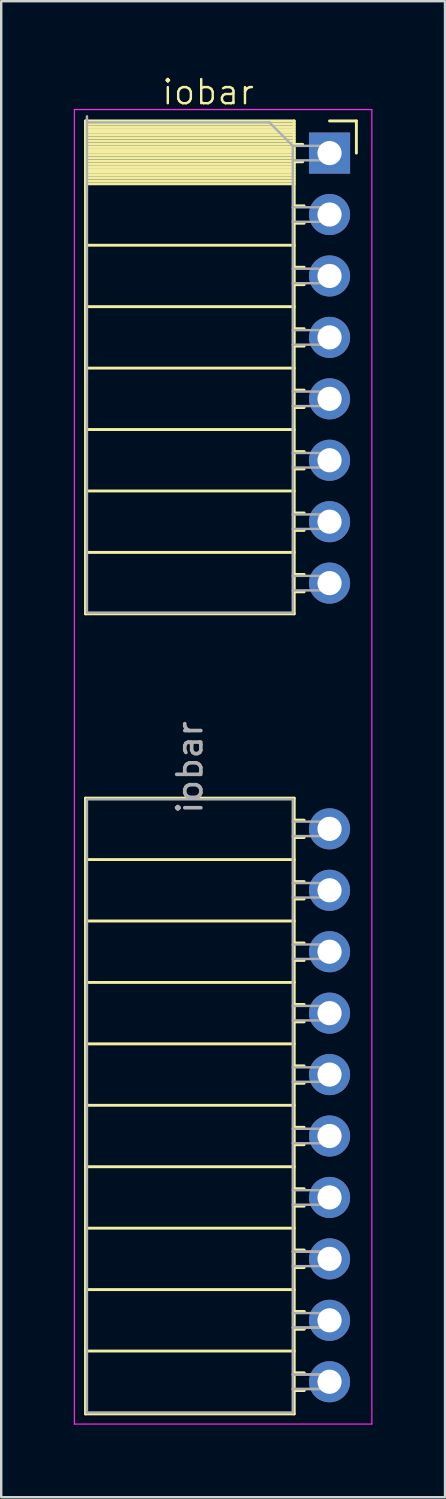
<source format=kicad_pcb>
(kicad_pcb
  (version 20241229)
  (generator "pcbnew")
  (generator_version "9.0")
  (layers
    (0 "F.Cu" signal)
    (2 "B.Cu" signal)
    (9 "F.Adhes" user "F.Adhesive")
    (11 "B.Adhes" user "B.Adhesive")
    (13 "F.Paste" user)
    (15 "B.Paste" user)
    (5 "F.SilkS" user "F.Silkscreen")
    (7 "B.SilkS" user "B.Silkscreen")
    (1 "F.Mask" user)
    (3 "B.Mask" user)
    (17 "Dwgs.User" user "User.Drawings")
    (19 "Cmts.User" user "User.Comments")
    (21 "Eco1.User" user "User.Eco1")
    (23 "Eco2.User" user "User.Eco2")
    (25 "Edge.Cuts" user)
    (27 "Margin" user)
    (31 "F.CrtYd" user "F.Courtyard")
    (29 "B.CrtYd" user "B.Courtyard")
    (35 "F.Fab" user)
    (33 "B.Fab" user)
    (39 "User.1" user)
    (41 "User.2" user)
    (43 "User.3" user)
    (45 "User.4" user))
  (footprint "iobar"
    (layer "F.Cu")
    (at 10.555 3.26)
    (property "Reference" "iobar" (at -5 -2.5 0) (unlocked yes) (layer "F.SilkS") (effects (font (size 1 1) (thickness 0.1))))
    (attr through_hole)
    (fp_line (start -10.07 -1.31) (end -10.07 19.07) (stroke (width 0.12) (type solid)) (layer "F.SilkS"))
    (fp_line (start -10.07 -1.31) (end -1.44 -1.31) (stroke (width 0.12) (type solid)) (layer "F.SilkS"))
    (fp_line (start -10.07 -1.19) (end -1.44 -1.19) (stroke (width 0.12) (type solid)) (layer "F.SilkS"))
    (fp_line (start -10.07 -1.072) (end -1.44 -1.072) (stroke (width 0.12) (type solid)) (layer "F.SilkS"))
    (fp_line (start -10.07 -0.954) (end -1.44 -0.954) (stroke (width 0.12) (type solid)) (layer "F.SilkS"))
    (fp_line (start -10.07 -0.836) (end -1.44 -0.836) (stroke (width 0.12) (type solid)) (layer "F.SilkS"))
    (fp_line (start -10.07 -0.718) (end -1.44 -0.718) (stroke (width 0.12) (type solid)) (layer "F.SilkS"))
    (fp_line (start -10.07 -0.6) (end -1.44 -0.6) (stroke (width 0.12) (type solid)) (layer "F.SilkS"))
    (fp_line (start -10.07 -0.481) (end -1.44 -0.481) (stroke (width 0.12) (type solid)) (layer "F.SilkS"))
    (fp_line (start -10.07 -0.363) (end -1.44 -0.363) (stroke (width 0.12) (type solid)) (layer "F.SilkS"))
    (fp_line (start -10.07 -0.245) (end -1.44 -0.245) (stroke (width 0.12) (type solid)) (layer "F.SilkS"))
    (fp_line (start -10.07 -0.127) (end -1.44 -0.127) (stroke (width 0.12) (type solid)) (layer "F.SilkS"))
    (fp_line (start -10.07 -0.009) (end -1.44 -0.009) (stroke (width 0.12) (type solid)) (layer "F.SilkS"))
    (fp_line (start -10.07 0.109) (end -1.44 0.109) (stroke (width 0.12) (type solid)) (layer "F.SilkS"))
    (fp_line (start -10.07 0.227) (end -1.44 0.227) (stroke (width 0.12) (type solid)) (layer "F.SilkS"))
    (fp_line (start -10.07 0.345) (end -1.44 0.345) (stroke (width 0.12) (type solid)) (layer "F.SilkS"))
    (fp_line (start -10.07 0.463) (end -1.44 0.463) (stroke (width 0.12) (type solid)) (layer "F.SilkS"))
    (fp_line (start -10.07 0.581) (end -1.44 0.581) (stroke (width 0.12) (type solid)) (layer "F.SilkS"))
    (fp_line (start -10.07 0.7) (end -1.44 0.7) (stroke (width 0.12) (type solid)) (layer "F.SilkS"))
    (fp_line (start -10.07 0.818) (end -1.44 0.818) (stroke (width 0.12) (type solid)) (layer "F.SilkS"))
    (fp_line (start -10.07 0.936) (end -1.44 0.936) (stroke (width 0.12) (type solid)) (layer "F.SilkS"))
    (fp_line (start -10.07 1.054) (end -1.44 1.054) (stroke (width 0.12) (type solid)) (layer "F.SilkS"))
    (fp_line (start -10.07 1.172) (end -1.44 1.172) (stroke (width 0.12) (type solid)) (layer "F.SilkS"))
    (fp_line (start -10.07 1.29) (end -1.44 1.29) (stroke (width 0.12) (type solid)) (layer "F.SilkS"))
    (fp_line (start -10.07 3.83) (end -1.44 3.83) (stroke (width 0.12) (type solid)) (layer "F.SilkS"))
    (fp_line (start -10.07 6.37) (end -1.44 6.37) (stroke (width 0.12) (type solid)) (layer "F.SilkS"))
    (fp_line (start -10.07 8.91) (end -1.44 8.91) (stroke (width 0.12) (type solid)) (layer "F.SilkS"))
    (fp_line (start -10.07 11.45) (end -1.44 11.45) (stroke (width 0.12) (type solid)) (layer "F.SilkS"))
    (fp_line (start -10.07 13.99) (end -1.44 13.99) (stroke (width 0.12) (type solid)) (layer "F.SilkS"))
    (fp_line (start -10.07 16.53) (end -1.44 16.53) (stroke (width 0.12) (type solid)) (layer "F.SilkS"))
    (fp_line (start -10.07 19.07) (end -1.44 19.07) (stroke (width 0.12) (type solid)) (layer "F.SilkS"))
    (fp_line (start -10.07 26.69) (end -1.44 26.69) (stroke (width 0.12) (type solid)) (layer "F.SilkS"))
    (fp_line (start -10.07 29.23) (end -1.44 29.23) (stroke (width 0.12) (type solid)) (layer "F.SilkS"))
    (fp_line (start -10.07 31.77) (end -1.44 31.77) (stroke (width 0.12) (type solid)) (layer "F.SilkS"))
    (fp_line (start -10.07 34.31) (end -1.44 34.31) (stroke (width 0.12) (type solid)) (layer "F.SilkS"))
    (fp_line (start -10.07 36.85) (end -1.44 36.85) (stroke (width 0.12) (type solid)) (layer "F.SilkS"))
    (fp_line (start -10.07 39.39) (end -1.44 39.39) (stroke (width 0.12) (type solid)) (layer "F.SilkS"))
    (fp_line (start -10.07 41.93) (end -1.44 41.93) (stroke (width 0.12) (type solid)) (layer "F.SilkS"))
    (fp_line (start -10.07 44.47) (end -1.44 44.47) (stroke (width 0.12) (type solid)) (layer "F.SilkS"))
    (fp_line (start -10.07 47.01) (end -1.44 47.01) (stroke (width 0.12) (type solid)) (layer "F.SilkS"))
    (fp_line (start -10.07 49.55) (end -1.44 49.55) (stroke (width 0.12) (type solid)) (layer "F.SilkS"))
    (fp_line (start -10.07 52.15) (end -10.07 26.69) (stroke (width 0.12) (type solid)) (layer "F.SilkS"))
    (fp_line (start -10.07 52.15) (end -1.44 52.15) (stroke (width 0.12) (type solid)) (layer "F.SilkS"))
    (fp_line (start -1.44 -1.31) (end -1.44 19.07) (stroke (width 0.12) (type solid)) (layer "F.SilkS"))
    (fp_line (start -1.44 -0.34) (end -1.09 -0.34) (stroke (width 0.12) (type solid)) (layer "F.SilkS"))
    (fp_line (start -1.44 0.38) (end -1.09 0.38) (stroke (width 0.12) (type solid)) (layer "F.SilkS"))
    (fp_line (start -1.44 2.2) (end -1.03 2.2) (stroke (width 0.12) (type solid)) (layer "F.SilkS"))
    (fp_line (start -1.44 2.92) (end -1.03 2.92) (stroke (width 0.12) (type solid)) (layer "F.SilkS"))
    (fp_line (start -1.44 4.74) (end -1.03 4.74) (stroke (width 0.12) (type solid)) (layer "F.SilkS"))
    (fp_line (start -1.44 5.46) (end -1.03 5.46) (stroke (width 0.12) (type solid)) (layer "F.SilkS"))
    (fp_line (start -1.44 7.28) (end -1.03 7.28) (stroke (width 0.12) (type solid)) (layer "F.SilkS"))
    (fp_line (start -1.44 8) (end -1.03 8) (stroke (width 0.12) (type solid)) (layer "F.SilkS"))
    (fp_line (start -1.44 9.82) (end -1.03 9.82) (stroke (width 0.12) (type solid)) (layer "F.SilkS"))
    (fp_line (start -1.44 10.54) (end -1.03 10.54) (stroke (width 0.12) (type solid)) (layer "F.SilkS"))
    (fp_line (start -1.44 12.36) (end -1.03 12.36) (stroke (width 0.12) (type solid)) (layer "F.SilkS"))
    (fp_line (start -1.44 13.08) (end -1.03 13.08) (stroke (width 0.12) (type solid)) (layer "F.SilkS"))
    (fp_line (start -1.44 14.9) (end -1.03 14.9) (stroke (width 0.12) (type solid)) (layer "F.SilkS"))
    (fp_line (start -1.44 15.62) (end -1.03 15.62) (stroke (width 0.12) (type solid)) (layer "F.SilkS"))
    (fp_line (start -1.44 17.44) (end -1.03 17.44) (stroke (width 0.12) (type solid)) (layer "F.SilkS"))
    (fp_line (start -1.44 18.16) (end -1.03 18.16) (stroke (width 0.12) (type solid)) (layer "F.SilkS"))
    (fp_line (start -1.44 27.6) (end -1.03 27.6) (stroke (width 0.12) (type solid)) (layer "F.SilkS"))
    (fp_line (start -1.44 28.32) (end -1.03 28.32) (stroke (width 0.12) (type solid)) (layer "F.SilkS"))
    (fp_line (start -1.44 30.14) (end -1.03 30.14) (stroke (width 0.12) (type solid)) (layer "F.SilkS"))
    (fp_line (start -1.44 30.86) (end -1.03 30.86) (stroke (width 0.12) (type solid)) (layer "F.SilkS"))
    (fp_line (start -1.44 32.68) (end -1.03 32.68) (stroke (width 0.12) (type solid)) (layer "F.SilkS"))
    (fp_line (start -1.44 33.4) (end -1.03 33.4) (stroke (width 0.12) (type solid)) (layer "F.SilkS"))
    (fp_line (start -1.44 35.22) (end -1.03 35.22) (stroke (width 0.12) (type solid)) (layer "F.SilkS"))
    (fp_line (start -1.44 35.94) (end -1.03 35.94) (stroke (width 0.12) (type solid)) (layer "F.SilkS"))
    (fp_line (start -1.44 37.76) (end -1.03 37.76) (stroke (width 0.12) (type solid)) (layer "F.SilkS"))
    (fp_line (start -1.44 38.48) (end -1.03 38.48) (stroke (width 0.12) (type solid)) (layer "F.SilkS"))
    (fp_line (start -1.44 40.3) (end -1.03 40.3) (stroke (width 0.12) (type solid)) (layer "F.SilkS"))
    (fp_line (start -1.44 41.02) (end -1.03 41.02) (stroke (width 0.12) (type solid)) (layer "F.SilkS"))
    (fp_line (start -1.44 42.84) (end -1.03 42.84) (stroke (width 0.12) (type solid)) (layer "F.SilkS"))
    (fp_line (start -1.44 43.56) (end -1.03 43.56) (stroke (width 0.12) (type solid)) (layer "F.SilkS"))
    (fp_line (start -1.44 45.38) (end -1.03 45.38) (stroke (width 0.12) (type solid)) (layer "F.SilkS"))
    (fp_line (start -1.44 45.38) (end -1.03 45.38) (stroke (width 0.12) (type solid)) (layer "F.SilkS"))
    (fp_line (start -1.44 46.1) (end -1.03 46.1) (stroke (width 0.12) (type solid)) (layer "F.SilkS"))
    (fp_line (start -1.44 47.92) (end -1.03 47.92) (stroke (width 0.12) (type solid)) (layer "F.SilkS"))
    (fp_line (start -1.44 47.92) (end -1.03 47.92) (stroke (width 0.12) (type solid)) (layer "F.SilkS"))
    (fp_line (start -1.44 48.64) (end -1.03 48.64) (stroke (width 0.12) (type solid)) (layer "F.SilkS"))
    (fp_line (start -1.44 48.64) (end -1.03 48.64) (stroke (width 0.12) (type solid)) (layer "F.SilkS"))
    (fp_line (start -1.44 50.46) (end -1.03 50.46) (stroke (width 0.12) (type solid)) (layer "F.SilkS"))
    (fp_line (start -1.44 50.46) (end -1.03 50.46) (stroke (width 0.12) (type solid)) (layer "F.SilkS"))
    (fp_line (start -1.44 51.18) (end -1.03 51.18) (stroke (width 0.12) (type solid)) (layer "F.SilkS"))
    (fp_line (start -1.44 51.18) (end -1.03 51.18) (stroke (width 0.12) (type solid)) (layer "F.SilkS"))
    (fp_line (start -1.44 52.15) (end -1.44 26.69) (stroke (width 0.12) (type solid)) (layer "F.SilkS"))
    (fp_line (start 0.02 -1.31) (end 1.13 -1.31) (stroke (width 0.12) (type solid)) (layer "F.SilkS"))
    (fp_line (start 1.13 -1.31) (end 1.13 0.02) (stroke (width 0.12) (type solid)) (layer "F.SilkS"))
    (fp_line (start -10.53 -1.78) (end -10.53 52.57) (stroke (width 0.05) (type solid)) (layer "F.CrtYd"))
    (fp_line (start -10.53 52.57) (end 1.77 52.57) (stroke (width 0.05) (type solid)) (layer "F.CrtYd"))
    (fp_line (start 1.77 -1.78) (end -10.53 -1.78) (stroke (width 0.05) (type solid)) (layer "F.CrtYd"))
    (fp_line (start 1.77 52.57) (end 1.77 -1.78) (stroke (width 0.05) (type solid)) (layer "F.CrtYd"))
    (fp_line (start -10.01 -1.25) (end -2.47 -1.25) (stroke (width 0.1) (type solid)) (layer "F.Fab"))
    (fp_line (start -10.01 19.02) (end -10.01 -1.5) (stroke (width 0.1) (type solid)) (layer "F.Fab"))
    (fp_line (start -10.01 19.02) (end -1.5 19.02) (stroke (width 0.1) (type solid)) (layer "F.Fab"))
    (fp_line (start -10.01 26.74) (end -10.01 52.09) (stroke (width 0.1) (type solid)) (layer "F.Fab"))
    (fp_line (start -10.01 26.74) (end -1.5 26.74) (stroke (width 0.1) (type solid)) (layer "F.Fab"))
    (fp_line (start -2.47 -1.25) (end -1.5 -0.28) (stroke (width 0.1) (type solid)) (layer "F.Fab"))
    (fp_line (start -1.5 -0.28) (end -1.5 19.02) (stroke (width 0.1) (type solid)) (layer "F.Fab"))
    (fp_line (start -1.5 0.32) (end 0.02 0.32) (stroke (width 0.1) (type solid)) (layer "F.Fab"))
    (fp_line (start -1.5 2.86) (end 0.02 2.86) (stroke (width 0.1) (type solid)) (layer "F.Fab"))
    (fp_line (start -1.5 5.4) (end 0.02 5.4) (stroke (width 0.1) (type solid)) (layer "F.Fab"))
    (fp_line (start -1.5 7.94) (end 0.02 7.94) (stroke (width 0.1) (type solid)) (layer "F.Fab"))
    (fp_line (start -1.5 10.48) (end 0.02 10.48) (stroke (width 0.1) (type solid)) (layer "F.Fab"))
    (fp_line (start -1.5 13.02) (end 0.02 13.02) (stroke (width 0.1) (type solid)) (layer "F.Fab"))
    (fp_line (start -1.5 15.56) (end 0.02 15.56) (stroke (width 0.1) (type solid)) (layer "F.Fab"))
    (fp_line (start -1.5 18.1) (end 0.02 18.1) (stroke (width 0.1) (type solid)) (layer "F.Fab"))
    (fp_line (start -1.5 26.74) (end -1.5 52.09) (stroke (width 0.1) (type solid)) (layer "F.Fab"))
    (fp_line (start -1.5 28.26) (end 0.02 28.26) (stroke (width 0.1) (type solid)) (layer "F.Fab"))
    (fp_line (start -1.5 30.8) (end 0.02 30.8) (stroke (width 0.1) (type solid)) (layer "F.Fab"))
    (fp_line (start -1.5 33.34) (end 0.02 33.34) (stroke (width 0.1) (type solid)) (layer "F.Fab"))
    (fp_line (start -1.5 35.88) (end 0.02 35.88) (stroke (width 0.1) (type solid)) (layer "F.Fab"))
    (fp_line (start -1.5 38.42) (end 0.02 38.42) (stroke (width 0.1) (type solid)) (layer "F.Fab"))
    (fp_line (start -1.5 40.96) (end 0.02 40.96) (stroke (width 0.1) (type solid)) (layer "F.Fab"))
    (fp_line (start -1.5 43.5) (end 0.02 43.5) (stroke (width 0.1) (type solid)) (layer "F.Fab"))
    (fp_line (start -1.5 46.04) (end 0.02 46.04) (stroke (width 0.1) (type solid)) (layer "F.Fab"))
    (fp_line (start -1.5 48.58) (end 0.02 48.58) (stroke (width 0.1) (type solid)) (layer "F.Fab"))
    (fp_line (start -1.5 48.58) (end 0.02 48.58) (stroke (width 0.1) (type solid)) (layer "F.Fab"))
    (fp_line (start -1.5 51.12) (end 0.02 51.12) (stroke (width 0.1) (type solid)) (layer "F.Fab"))
    (fp_line (start -1.5 51.12) (end 0.02 51.12) (stroke (width 0.1) (type solid)) (layer "F.Fab"))
    (fp_line (start -1.5 52.09) (end -10.01 52.09) (stroke (width 0.1) (type solid)) (layer "F.Fab"))
    (fp_line (start 0.02 -0.28) (end -1.5 -0.28) (stroke (width 0.1) (type solid)) (layer "F.Fab"))
    (fp_line (start 0.02 0.32) (end 0.02 -0.28) (stroke (width 0.1) (type solid)) (layer "F.Fab"))
    (fp_line (start 0.02 2.26) (end -1.5 2.26) (stroke (width 0.1) (type solid)) (layer "F.Fab"))
    (fp_line (start 0.02 2.86) (end 0.02 2.26) (stroke (width 0.1) (type solid)) (layer "F.Fab"))
    (fp_line (start 0.02 4.8) (end -1.5 4.8) (stroke (width 0.1) (type solid)) (layer "F.Fab"))
    (fp_line (start 0.02 5.4) (end 0.02 4.8) (stroke (width 0.1) (type solid)) (layer "F.Fab"))
    (fp_line (start 0.02 7.34) (end -1.5 7.34) (stroke (width 0.1) (type solid)) (layer "F.Fab"))
    (fp_line (start 0.02 7.94) (end 0.02 7.34) (stroke (width 0.1) (type solid)) (layer "F.Fab"))
    (fp_line (start 0.02 9.88) (end -1.5 9.88) (stroke (width 0.1) (type solid)) (layer "F.Fab"))
    (fp_line (start 0.02 10.48) (end 0.02 9.88) (stroke (width 0.1) (type solid)) (layer "F.Fab"))
    (fp_line (start 0.02 12.42) (end -1.5 12.42) (stroke (width 0.1) (type solid)) (layer "F.Fab"))
    (fp_line (start 0.02 13.02) (end 0.02 12.42) (stroke (width 0.1) (type solid)) (layer "F.Fab"))
    (fp_line (start 0.02 14.96) (end -1.5 14.96) (stroke (width 0.1) (type solid)) (layer "F.Fab"))
    (fp_line (start 0.02 15.56) (end 0.02 14.96) (stroke (width 0.1) (type solid)) (layer "F.Fab"))
    (fp_line (start 0.02 17.5) (end -1.5 17.5) (stroke (width 0.1) (type solid)) (layer "F.Fab"))
    (fp_line (start 0.02 18.1) (end 0.02 17.5) (stroke (width 0.1) (type solid)) (layer "F.Fab"))
    (fp_line (start 0.02 27.66) (end -1.5 27.66) (stroke (width 0.1) (type solid)) (layer "F.Fab"))
    (fp_line (start 0.02 28.26) (end 0.02 27.66) (stroke (width 0.1) (type solid)) (layer "F.Fab"))
    (fp_line (start 0.02 30.2) (end -1.5 30.2) (stroke (width 0.1) (type solid)) (layer "F.Fab"))
    (fp_line (start 0.02 30.8) (end 0.02 30.2) (stroke (width 0.1) (type solid)) (layer "F.Fab"))
    (fp_line (start 0.02 32.74) (end -1.5 32.74) (stroke (width 0.1) (type solid)) (layer "F.Fab"))
    (fp_line (start 0.02 33.34) (end 0.02 32.74) (stroke (width 0.1) (type solid)) (layer "F.Fab"))
    (fp_line (start 0.02 35.28) (end -1.5 35.28) (stroke (width 0.1) (type solid)) (layer "F.Fab"))
    (fp_line (start 0.02 35.88) (end 0.02 35.28) (stroke (width 0.1) (type solid)) (layer "F.Fab"))
    (fp_line (start 0.02 37.82) (end -1.5 37.82) (stroke (width 0.1) (type solid)) (layer "F.Fab"))
    (fp_line (start 0.02 38.42) (end 0.02 37.82) (stroke (width 0.1) (type solid)) (layer "F.Fab"))
    (fp_line (start 0.02 40.36) (end -1.5 40.36) (stroke (width 0.1) (type solid)) (layer "F.Fab"))
    (fp_line (start 0.02 40.96) (end 0.02 40.36) (stroke (width 0.1) (type solid)) (layer "F.Fab"))
    (fp_line (start 0.02 42.9) (end -1.5 42.9) (stroke (width 0.1) (type solid)) (layer "F.Fab"))
    (fp_line (start 0.02 43.5) (end 0.02 42.9) (stroke (width 0.1) (type solid)) (layer "F.Fab"))
    (fp_line (start 0.02 45.44) (end -1.5 45.44) (stroke (width 0.1) (type solid)) (layer "F.Fab"))
    (fp_line (start 0.02 45.44) (end -1.5 45.44) (stroke (width 0.1) (type solid)) (layer "F.Fab"))
    (fp_line (start 0.02 46.04) (end 0.02 45.44) (stroke (width 0.1) (type solid)) (layer "F.Fab"))
    (fp_line (start 0.02 47.98) (end -1.5 47.98) (stroke (width 0.1) (type solid)) (layer "F.Fab"))
    (fp_line (start 0.02 48.58) (end 0.02 47.98) (stroke (width 0.1) (type solid)) (layer "F.Fab"))
    (fp_line (start 0.02 50.52) (end -1.5 50.52) (stroke (width 0.1) (type solid)) (layer "F.Fab"))
    (fp_line (start 0.02 50.52) (end -1.5 50.52) (stroke (width 0.1) (type solid)) (layer "F.Fab"))
    (fp_line (start 0.02 51.12) (end 0.02 50.52) (stroke (width 0.1) (type solid)) (layer "F.Fab"))
    (fp_line (start 0.02 51.12) (end 0.02 50.52) (stroke (width 0.1) (type solid)) (layer "F.Fab"))
    (fp_text user "${REFERENCE}" (at -5.755 25.42 90) (layer "F.Fab") (effects (font (size 1 1) (thickness 0.15))))
    (pad "1" thru_hole rect (at 0.02 0.02) (size 1.7 1.7) (drill 1) (layers "*.Cu" "*.Mask"))
    (pad "2" thru_hole circle (at 0.02 2.56) (size 1.7 1.7) (drill 1) (layers "*.Cu" "*.Mask"))
    (pad "3" thru_hole circle (at 0.02 5.1) (size 1.7 1.7) (drill 1) (layers "*.Cu" "*.Mask"))
    (pad "4" thru_hole circle (at 0.02 7.64) (size 1.7 1.7) (drill 1) (layers "*.Cu" "*.Mask"))
    (pad "5" thru_hole circle (at 0.02 10.18) (size 1.7 1.7) (drill 1) (layers "*.Cu" "*.Mask"))
    (pad "6" thru_hole circle (at 0.02 12.72) (size 1.7 1.7) (drill 1) (layers "*.Cu" "*.Mask"))
    (pad "7" thru_hole circle (at 0.02 15.26) (size 1.7 1.7) (drill 1) (layers "*.Cu" "*.Mask"))
    (pad "8" thru_hole circle (at 0.02 17.8) (size 1.7 1.7) (drill 1) (layers "*.Cu" "*.Mask"))
    (pad "9" thru_hole circle (at 0.02 27.96) (size 1.7 1.7) (drill 1) (layers "*.Cu" "*.Mask"))
    (pad "10" thru_hole circle (at 0.02 30.5) (size 1.7 1.7) (drill 1) (layers "*.Cu" "*.Mask"))
    (pad "11" thru_hole circle (at 0.02 33.04) (size 1.7 1.7) (drill 1) (layers "*.Cu" "*.Mask"))
    (pad "12" thru_hole circle (at 0.02 35.58) (size 1.7 1.7) (drill 1) (layers "*.Cu" "*.Mask"))
    (pad "13" thru_hole circle (at 0.02 38.12) (size 1.7 1.7) (drill 1) (layers "*.Cu" "*.Mask"))
    (pad "14" thru_hole circle (at 0.02 40.66) (size 1.7 1.7) (drill 1) (layers "*.Cu" "*.Mask"))
    (pad "15" thru_hole circle (at 0.02 43.2) (size 1.7 1.7) (drill 1) (layers "*.Cu" "*.Mask"))
    (pad "16" thru_hole circle (at 0.02 45.74) (size 1.7 1.7) (drill 1) (layers "*.Cu" "*.Mask"))
    (pad "17" thru_hole circle (at 0.02 48.28) (size 1.7 1.7) (drill 1) (layers "*.Cu" "*.Mask"))
    (pad "18" thru_hole circle (at 0.02 50.82) (size 1.7 1.7) (drill 1) (layers "*.Cu" "*.Mask")))
  (gr_rect
    (start -3 -3)
    (end 15.35 58.855)
    (stroke (width 0.1) (type default))
    (fill no)
    (layer "Edge.Cuts")))
</source>
